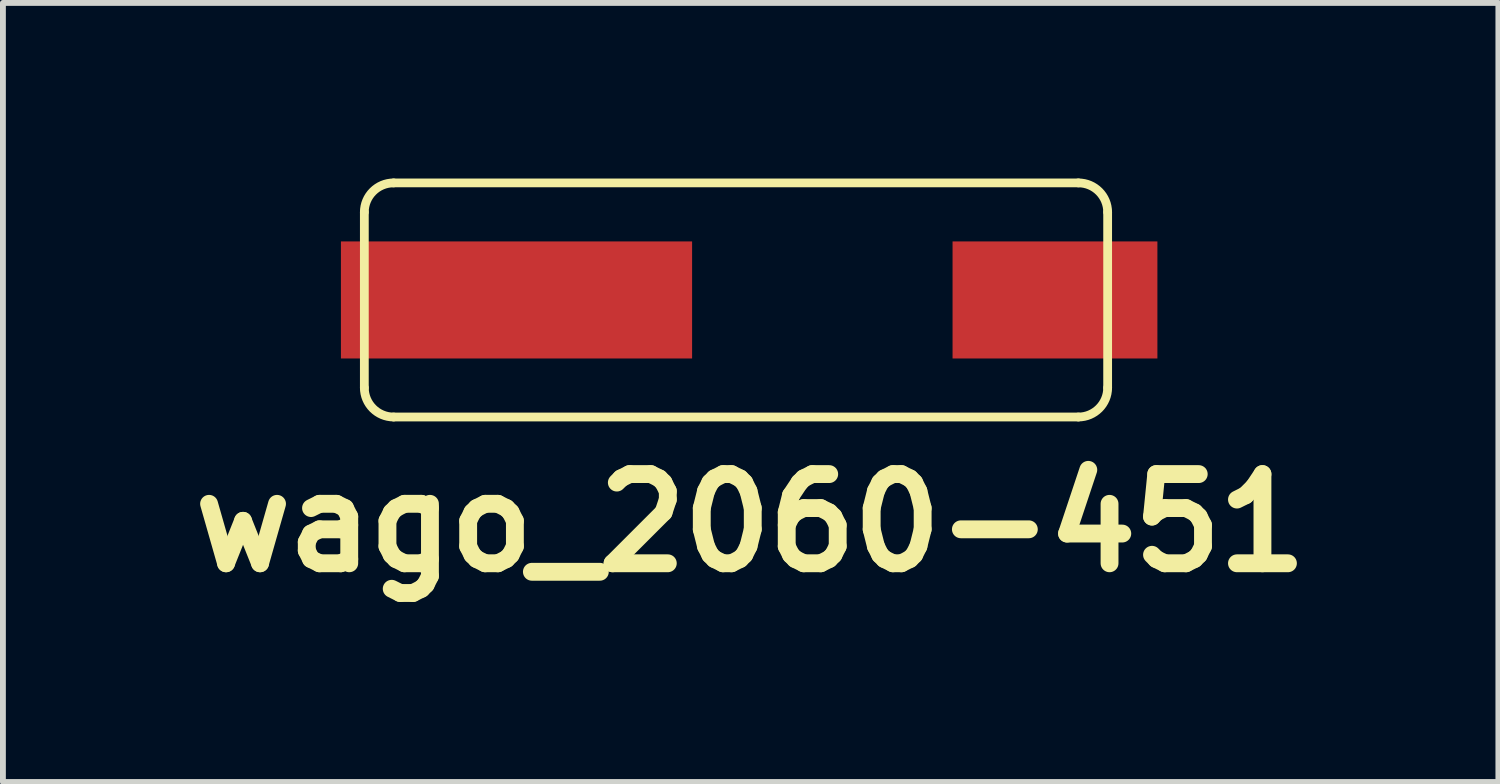
<source format=kicad_pcb>
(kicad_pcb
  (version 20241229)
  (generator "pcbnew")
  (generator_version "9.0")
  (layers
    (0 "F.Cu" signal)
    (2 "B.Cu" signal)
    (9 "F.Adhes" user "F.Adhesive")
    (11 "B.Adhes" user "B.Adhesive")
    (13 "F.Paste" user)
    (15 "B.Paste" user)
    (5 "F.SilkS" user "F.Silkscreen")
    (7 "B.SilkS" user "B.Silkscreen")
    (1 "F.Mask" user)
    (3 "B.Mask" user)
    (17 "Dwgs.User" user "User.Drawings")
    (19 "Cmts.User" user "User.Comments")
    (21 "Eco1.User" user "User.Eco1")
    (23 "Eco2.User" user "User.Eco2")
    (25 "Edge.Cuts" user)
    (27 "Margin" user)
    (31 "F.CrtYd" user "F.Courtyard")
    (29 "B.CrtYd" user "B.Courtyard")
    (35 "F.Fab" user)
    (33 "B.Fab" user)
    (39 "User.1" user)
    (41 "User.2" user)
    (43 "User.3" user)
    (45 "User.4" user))
  (footprint "wago_2060-451"
    (layer "F.Cu")
    (at 9.775 2.075)
    (property "Reference" "wago_2060-451" (at 0 3.81 0) (layer "F.SilkS") (effects (font (size 1.524 1.524) (thickness 0.305))))
    (attr smd)
    (fp_line (start -6.6 -1.5) (end -6.6 1.5) (stroke (width 0.15) (type solid)) (layer "F.SilkS"))
    (fp_line (start -6.1 -2) (end 5.6 -2) (stroke (width 0.15) (type solid)) (layer "F.SilkS"))
    (fp_line (start -6.1 2) (end 5.6 2) (stroke (width 0.15) (type solid)) (layer "F.SilkS"))
    (fp_line (start 6.1 1.5) (end 6.1 -1.5) (stroke (width 0.15) (type solid)) (layer "F.SilkS"))
    (fp_arc (start -6.6 -1.5) (mid -6.453553 -1.853553) (end -6.1 -2) (stroke (width 0.15) (type solid)) (layer "F.SilkS"))
    (fp_arc (start -6.1 2) (mid -6.453553 1.853553) (end -6.6 1.5) (stroke (width 0.15) (type solid)) (layer "F.SilkS"))
    (fp_arc (start 5.6 -2) (mid 5.953553 -1.853553) (end 6.1 -1.5) (stroke (width 0.15) (type solid)) (layer "F.SilkS"))
    (fp_arc (start 6.1 1.5) (mid 5.953553 1.853553) (end 5.6 2) (stroke (width 0.15) (type solid)) (layer "F.SilkS"))
    (pad "1" smd rect (at -4 0) (size 6 2) (layers "F.Cu" "F.Mask" "F.Paste"))
    (pad "1" smd rect (at 5.2 0) (size 3.5 2) (layers "F.Cu" "F.Mask" "F.Paste")))
  (gr_rect
    (start -3 -3)
    (end 22.551 10.311)
    (stroke (width 0.1) (type default))
    (fill no)
    (layer "Edge.Cuts")))
</source>
